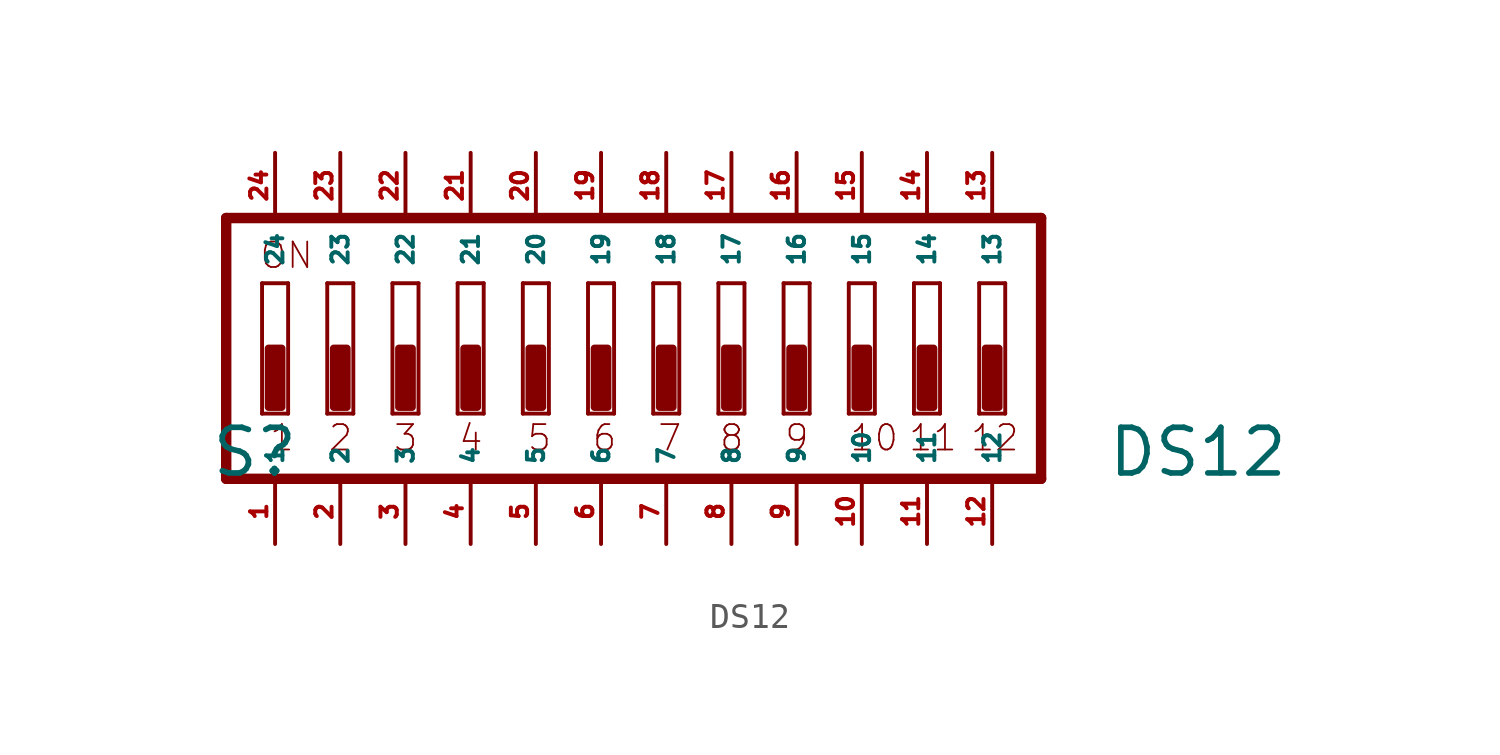
<source format=kicad_sym>
(kicad_symbol_lib
  (version 20220914)
  (generator Eagle2Kicad)
  (symbol "DS12"
    (property "Reference" "S"
      (at -17.78 -5.08 0)
      (effects (font (size 1.778 1.778) (thickness 0.22)) (justify left bottom)))
    (property "Value" "DS12"
      (at 17.145 -5.08 0)
      (effects (font (size 1.778 1.778) (thickness 0.22)) (justify left bottom)))
    (polyline
      (pts (xy 14.605 5.08) (xy -17.145 5.08))
      (stroke (width 0.406) (type default))
      (fill (type none)))
    (polyline
      (pts (xy -17.145 5.08) (xy -17.145 -5.08))
      (stroke (width 0.406) (type default))
      (fill (type none)))
    (polyline
      (pts (xy -17.145 -5.08) (xy 14.605 -5.08))
      (stroke (width 0.406) (type default))
      (fill (type none)))
    (polyline
      (pts (xy 14.605 -5.08) (xy 14.605 5.08))
      (stroke (width 0.406) (type default))
      (fill (type none)))
    (polyline
      (pts (xy -14.732 -2.54) (xy -15.748 -2.54))
      (stroke (width 0.152) (type default))
      (fill (type none)))
    (polyline
      (pts (xy -15.748 2.54) (xy -14.732 2.54))
      (stroke (width 0.152) (type default))
      (fill (type none)))
    (polyline
      (pts (xy -14.732 2.54) (xy -14.732 -2.54))
      (stroke (width 0.152) (type default))
      (fill (type none)))
    (polyline
      (pts (xy -15.748 -2.54) (xy -15.748 2.54))
      (stroke (width 0.152) (type default))
      (fill (type none)))
    (polyline
      (pts (xy -12.192 -2.54) (xy -13.208 -2.54))
      (stroke (width 0.152) (type default))
      (fill (type none)))
    (polyline
      (pts (xy -13.208 2.54) (xy -12.192 2.54))
      (stroke (width 0.152) (type default))
      (fill (type none)))
    (polyline
      (pts (xy -12.192 2.54) (xy -12.192 -2.54))
      (stroke (width 0.152) (type default))
      (fill (type none)))
    (polyline
      (pts (xy -13.208 -2.54) (xy -13.208 2.54))
      (stroke (width 0.152) (type default))
      (fill (type none)))
    (polyline
      (pts (xy -9.652 -2.54) (xy -10.668 -2.54))
      (stroke (width 0.152) (type default))
      (fill (type none)))
    (polyline
      (pts (xy -10.668 2.54) (xy -9.652 2.54))
      (stroke (width 0.152) (type default))
      (fill (type none)))
    (polyline
      (pts (xy -9.652 2.54) (xy -9.652 -2.54))
      (stroke (width 0.152) (type default))
      (fill (type none)))
    (polyline
      (pts (xy -10.668 -2.54) (xy -10.668 2.54))
      (stroke (width 0.152) (type default))
      (fill (type none)))
    (polyline
      (pts (xy -7.112 -2.54) (xy -8.128 -2.54))
      (stroke (width 0.152) (type default))
      (fill (type none)))
    (polyline
      (pts (xy -8.128 2.54) (xy -7.112 2.54))
      (stroke (width 0.152) (type default))
      (fill (type none)))
    (polyline
      (pts (xy -7.112 2.54) (xy -7.112 -2.54))
      (stroke (width 0.152) (type default))
      (fill (type none)))
    (polyline
      (pts (xy -8.128 -2.54) (xy -8.128 2.54))
      (stroke (width 0.152) (type default))
      (fill (type none)))
    (polyline
      (pts (xy -4.572 -2.54) (xy -5.588 -2.54))
      (stroke (width 0.152) (type default))
      (fill (type none)))
    (polyline
      (pts (xy -5.588 2.54) (xy -4.572 2.54))
      (stroke (width 0.152) (type default))
      (fill (type none)))
    (polyline
      (pts (xy -4.572 2.54) (xy -4.572 -2.54))
      (stroke (width 0.152) (type default))
      (fill (type none)))
    (polyline
      (pts (xy -5.588 -2.54) (xy -5.588 2.54))
      (stroke (width 0.152) (type default))
      (fill (type none)))
    (polyline
      (pts (xy -2.032 -2.54) (xy -3.048 -2.54))
      (stroke (width 0.152) (type default))
      (fill (type none)))
    (polyline
      (pts (xy -3.048 2.54) (xy -2.032 2.54))
      (stroke (width 0.152) (type default))
      (fill (type none)))
    (polyline
      (pts (xy -2.032 2.54) (xy -2.032 -2.54))
      (stroke (width 0.152) (type default))
      (fill (type none)))
    (polyline
      (pts (xy -3.048 -2.54) (xy -3.048 2.54))
      (stroke (width 0.152) (type default))
      (fill (type none)))
    (polyline
      (pts (xy 0.508 -2.54) (xy -0.508 -2.54))
      (stroke (width 0.152) (type default))
      (fill (type none)))
    (polyline
      (pts (xy -0.508 2.54) (xy 0.508 2.54))
      (stroke (width 0.152) (type default))
      (fill (type none)))
    (polyline
      (pts (xy 0.508 2.54) (xy 0.508 -2.54))
      (stroke (width 0.152) (type default))
      (fill (type none)))
    (polyline
      (pts (xy -0.508 -2.54) (xy -0.508 2.54))
      (stroke (width 0.152) (type default))
      (fill (type none)))
    (polyline
      (pts (xy 3.048 -2.54) (xy 2.032 -2.54))
      (stroke (width 0.152) (type default))
      (fill (type none)))
    (polyline
      (pts (xy 2.032 2.54) (xy 3.048 2.54))
      (stroke (width 0.152) (type default))
      (fill (type none)))
    (polyline
      (pts (xy 3.048 2.54) (xy 3.048 -2.54))
      (stroke (width 0.152) (type default))
      (fill (type none)))
    (polyline
      (pts (xy 2.032 -2.54) (xy 2.032 2.54))
      (stroke (width 0.152) (type default))
      (fill (type none)))
    (polyline
      (pts (xy 5.588 -2.54) (xy 4.572 -2.54))
      (stroke (width 0.152) (type default))
      (fill (type none)))
    (polyline
      (pts (xy 4.572 2.54) (xy 5.588 2.54))
      (stroke (width 0.152) (type default))
      (fill (type none)))
    (polyline
      (pts (xy 5.588 2.54) (xy 5.588 -2.54))
      (stroke (width 0.152) (type default))
      (fill (type none)))
    (polyline
      (pts (xy 4.572 -2.54) (xy 4.572 2.54))
      (stroke (width 0.152) (type default))
      (fill (type none)))
    (polyline
      (pts (xy 8.128 -2.54) (xy 7.112 -2.54))
      (stroke (width 0.152) (type default))
      (fill (type none)))
    (polyline
      (pts (xy 7.112 2.54) (xy 8.128 2.54))
      (stroke (width 0.152) (type default))
      (fill (type none)))
    (polyline
      (pts (xy 8.128 2.54) (xy 8.128 -2.54))
      (stroke (width 0.152) (type default))
      (fill (type none)))
    (polyline
      (pts (xy 7.112 -2.54) (xy 7.112 2.54))
      (stroke (width 0.152) (type default))
      (fill (type none)))
    (polyline
      (pts (xy 10.668 -2.54) (xy 9.652 -2.54))
      (stroke (width 0.152) (type default))
      (fill (type none)))
    (polyline
      (pts (xy 9.652 2.54) (xy 10.668 2.54))
      (stroke (width 0.152) (type default))
      (fill (type none)))
    (polyline
      (pts (xy 10.668 2.54) (xy 10.668 -2.54))
      (stroke (width 0.152) (type default))
      (fill (type none)))
    (polyline
      (pts (xy 9.652 -2.54) (xy 9.652 2.54))
      (stroke (width 0.152) (type default))
      (fill (type none)))
    (polyline
      (pts (xy 13.208 -2.54) (xy 12.192 -2.54))
      (stroke (width 0.152) (type default))
      (fill (type none)))
    (polyline
      (pts (xy 12.192 2.54) (xy 13.208 2.54))
      (stroke (width 0.152) (type default))
      (fill (type none)))
    (polyline
      (pts (xy 13.208 2.54) (xy 13.208 -2.54))
      (stroke (width 0.152) (type default))
      (fill (type none)))
    (polyline
      (pts (xy 12.192 -2.54) (xy 12.192 2.54))
      (stroke (width 0.152) (type default))
      (fill (type none)))
    (text "1"
      (at -15.494 -4.064 0)
      (effects (font (size 0.991 0.991) (thickness 0.07)) (justify left bottom)))
    (text "2"
      (at -13.208 -4.064 0)
      (effects (font (size 0.991 0.991) (thickness 0.07)) (justify left bottom)))
    (text "3"
      (at -10.668 -4.064 0)
      (effects (font (size 0.991 0.991) (thickness 0.07)) (justify left bottom)))
    (text "4"
      (at -8.128 -4.064 0)
      (effects (font (size 0.991 0.991) (thickness 0.07)) (justify left bottom)))
    (text "5"
      (at -5.461 -4.064 0)
      (effects (font (size 0.991 0.991) (thickness 0.07)) (justify left bottom)))
    (text "6"
      (at -2.921 -4.064 0)
      (effects (font (size 0.991 0.991) (thickness 0.07)) (justify left bottom)))
    (text "7"
      (at -0.381 -4.064 0)
      (effects (font (size 0.991 0.991) (thickness 0.07)) (justify left bottom)))
    (text "8"
      (at 2.032 -4.064 0)
      (effects (font (size 0.991 0.991) (thickness 0.07)) (justify left bottom)))
    (text "9"
      (at 4.572 -4.064 0)
      (effects (font (size 0.991 0.991) (thickness 0.07)) (justify left bottom)))
    (text "ON"
      (at -15.875 3.048 0)
      (effects (font (size 0.991 0.991) (thickness 0.07)) (justify left bottom)))
    (text "10"
      (at 7.112 -4.064 0)
      (effects (font (size 0.991 0.991) (thickness 0.07)) (justify left bottom)))
    (text "11"
      (at 9.398 -4.064 0)
      (effects (font (size 0.991 0.991) (thickness 0.07)) (justify left bottom)))
    (text "12"
      (at 11.811 -4.064 0)
      (effects (font (size 0.991 0.991) (thickness 0.07)) (justify left bottom)))
    (rectangle
      (start -15.494 -2.286)
      (end -14.986 0)
      (stroke (width 0.3) (type default))
      (fill (type outline)))
    (rectangle
      (start -12.954 -2.286)
      (end -12.446 0)
      (stroke (width 0.3) (type default))
      (fill (type outline)))
    (rectangle
      (start -10.414 -2.286)
      (end -9.906 0)
      (stroke (width 0.3) (type default))
      (fill (type outline)))
    (rectangle
      (start -7.874 -2.286)
      (end -7.366 0)
      (stroke (width 0.3) (type default))
      (fill (type outline)))
    (rectangle
      (start -5.334 -2.286)
      (end -4.826 0)
      (stroke (width 0.3) (type default))
      (fill (type outline)))
    (rectangle
      (start -2.794 -2.286)
      (end -2.286 0)
      (stroke (width 0.3) (type default))
      (fill (type outline)))
    (rectangle
      (start -0.254 -2.286)
      (end 0.254 0)
      (stroke (width 0.3) (type default))
      (fill (type outline)))
    (rectangle
      (start 2.286 -2.286)
      (end 2.794 0)
      (stroke (width 0.3) (type default))
      (fill (type outline)))
    (rectangle
      (start 4.826 -2.286)
      (end 5.334 0)
      (stroke (width 0.3) (type default))
      (fill (type outline)))
    (rectangle
      (start 7.366 -2.286)
      (end 7.874 0)
      (stroke (width 0.3) (type default))
      (fill (type outline)))
    (rectangle
      (start 9.906 -2.286)
      (end 10.414 0)
      (stroke (width 0.3) (type default))
      (fill (type outline)))
    (rectangle
      (start 12.446 -2.286)
      (end 12.954 0)
      (stroke (width 0.3) (type default))
      (fill (type outline)))
    (pin passive line
      (at 5.08 7.62 270)
      (length 2.54)
      (name "16" (effects (font (size 0.635 0.635) (thickness 0.08)) (justify left bottom)))
      (number "16" (effects (font (size 0.635 0.635) (thickness 0.08)) (justify left bottom))))
    (pin passive line
      (at 2.54 7.62 270)
      (length 2.54)
      (name "17" (effects (font (size 0.635 0.635) (thickness 0.08)) (justify left bottom)))
      (number "17" (effects (font (size 0.635 0.635) (thickness 0.08)) (justify left bottom))))
    (pin passive line
      (at 0 7.62 270)
      (length 2.54)
      (name "18" (effects (font (size 0.635 0.635) (thickness 0.08)) (justify left bottom)))
      (number "18" (effects (font (size 0.635 0.635) (thickness 0.08)) (justify left bottom))))
    (pin passive line
      (at -2.54 7.62 270)
      (length 2.54)
      (name "19" (effects (font (size 0.635 0.635) (thickness 0.08)) (justify left bottom)))
      (number "19" (effects (font (size 0.635 0.635) (thickness 0.08)) (justify left bottom))))
    (pin passive line
      (at -5.08 7.62 270)
      (length 2.54)
      (name "20" (effects (font (size 0.635 0.635) (thickness 0.08)) (justify left bottom)))
      (number "20" (effects (font (size 0.635 0.635) (thickness 0.08)) (justify left bottom))))
    (pin passive line
      (at -7.62 7.62 270)
      (length 2.54)
      (name "21" (effects (font (size 0.635 0.635) (thickness 0.08)) (justify left bottom)))
      (number "21" (effects (font (size 0.635 0.635) (thickness 0.08)) (justify left bottom))))
    (pin passive line
      (at -10.16 7.62 270)
      (length 2.54)
      (name "22" (effects (font (size 0.635 0.635) (thickness 0.08)) (justify left bottom)))
      (number "22" (effects (font (size 0.635 0.635) (thickness 0.08)) (justify left bottom))))
    (pin passive line
      (at -12.7 7.62 270)
      (length 2.54)
      (name "23" (effects (font (size 0.635 0.635) (thickness 0.08)) (justify left bottom)))
      (number "23" (effects (font (size 0.635 0.635) (thickness 0.08)) (justify left bottom))))
    (pin passive line
      (at -15.24 7.62 270)
      (length 2.54)
      (name "24" (effects (font (size 0.635 0.635) (thickness 0.08)) (justify left bottom)))
      (number "24" (effects (font (size 0.635 0.635) (thickness 0.08)) (justify left bottom))))
    (pin passive line
      (at -15.24 -7.62 90)
      (length 2.54)
      (name "1" (effects (font (size 0.635 0.635) (thickness 0.08)) (justify left bottom)))
      (number "1" (effects (font (size 0.635 0.635) (thickness 0.08)) (justify left bottom))))
    (pin passive line
      (at -12.7 -7.62 90)
      (length 2.54)
      (name "2" (effects (font (size 0.635 0.635) (thickness 0.08)) (justify left bottom)))
      (number "2" (effects (font (size 0.635 0.635) (thickness 0.08)) (justify left bottom))))
    (pin passive line
      (at -10.16 -7.62 90)
      (length 2.54)
      (name "3" (effects (font (size 0.635 0.635) (thickness 0.08)) (justify left bottom)))
      (number "3" (effects (font (size 0.635 0.635) (thickness 0.08)) (justify left bottom))))
    (pin passive line
      (at -7.62 -7.62 90)
      (length 2.54)
      (name "4" (effects (font (size 0.635 0.635) (thickness 0.08)) (justify left bottom)))
      (number "4" (effects (font (size 0.635 0.635) (thickness 0.08)) (justify left bottom))))
    (pin passive line
      (at -5.08 -7.62 90)
      (length 2.54)
      (name "5" (effects (font (size 0.635 0.635) (thickness 0.08)) (justify left bottom)))
      (number "5" (effects (font (size 0.635 0.635) (thickness 0.08)) (justify left bottom))))
    (pin passive line
      (at -2.54 -7.62 90)
      (length 2.54)
      (name "6" (effects (font (size 0.635 0.635) (thickness 0.08)) (justify left bottom)))
      (number "6" (effects (font (size 0.635 0.635) (thickness 0.08)) (justify left bottom))))
    (pin passive line
      (at 0 -7.62 90)
      (length 2.54)
      (name "7" (effects (font (size 0.635 0.635) (thickness 0.08)) (justify left bottom)))
      (number "7" (effects (font (size 0.635 0.635) (thickness 0.08)) (justify left bottom))))
    (pin passive line
      (at 2.54 -7.62 90)
      (length 2.54)
      (name "8" (effects (font (size 0.635 0.635) (thickness 0.08)) (justify left bottom)))
      (number "8" (effects (font (size 0.635 0.635) (thickness 0.08)) (justify left bottom))))
    (pin passive line
      (at 5.08 -7.62 90)
      (length 2.54)
      (name "9" (effects (font (size 0.635 0.635) (thickness 0.08)) (justify left bottom)))
      (number "9" (effects (font (size 0.635 0.635) (thickness 0.08)) (justify left bottom))))
    (pin passive line
      (at 7.62 -7.62 90)
      (length 2.54)
      (name "10" (effects (font (size 0.635 0.635) (thickness 0.08)) (justify left bottom)))
      (number "10" (effects (font (size 0.635 0.635) (thickness 0.08)) (justify left bottom))))
    (pin passive line
      (at 7.62 7.62 270)
      (length 2.54)
      (name "15" (effects (font (size 0.635 0.635) (thickness 0.08)) (justify left bottom)))
      (number "15" (effects (font (size 0.635 0.635) (thickness 0.08)) (justify left bottom))))
    (pin passive line
      (at 10.16 -7.62 90)
      (length 2.54)
      (name "11" (effects (font (size 0.635 0.635) (thickness 0.08)) (justify left bottom)))
      (number "11" (effects (font (size 0.635 0.635) (thickness 0.08)) (justify left bottom))))
    (pin passive line
      (at 12.7 -7.62 90)
      (length 2.54)
      (name "12" (effects (font (size 0.635 0.635) (thickness 0.08)) (justify left bottom)))
      (number "12" (effects (font (size 0.635 0.635) (thickness 0.08)) (justify left bottom))))
    (pin passive line
      (at 12.7 7.62 270)
      (length 2.54)
      (name "13" (effects (font (size 0.635 0.635) (thickness 0.08)) (justify left bottom)))
      (number "13" (effects (font (size 0.635 0.635) (thickness 0.08)) (justify left bottom))))
    (pin passive line
      (at 10.16 7.62 270)
      (length 2.54)
      (name "14" (effects (font (size 0.635 0.635) (thickness 0.08)) (justify left bottom)))
      (number "14" (effects (font (size 0.635 0.635) (thickness 0.08)) (justify left bottom))))))
</source>
